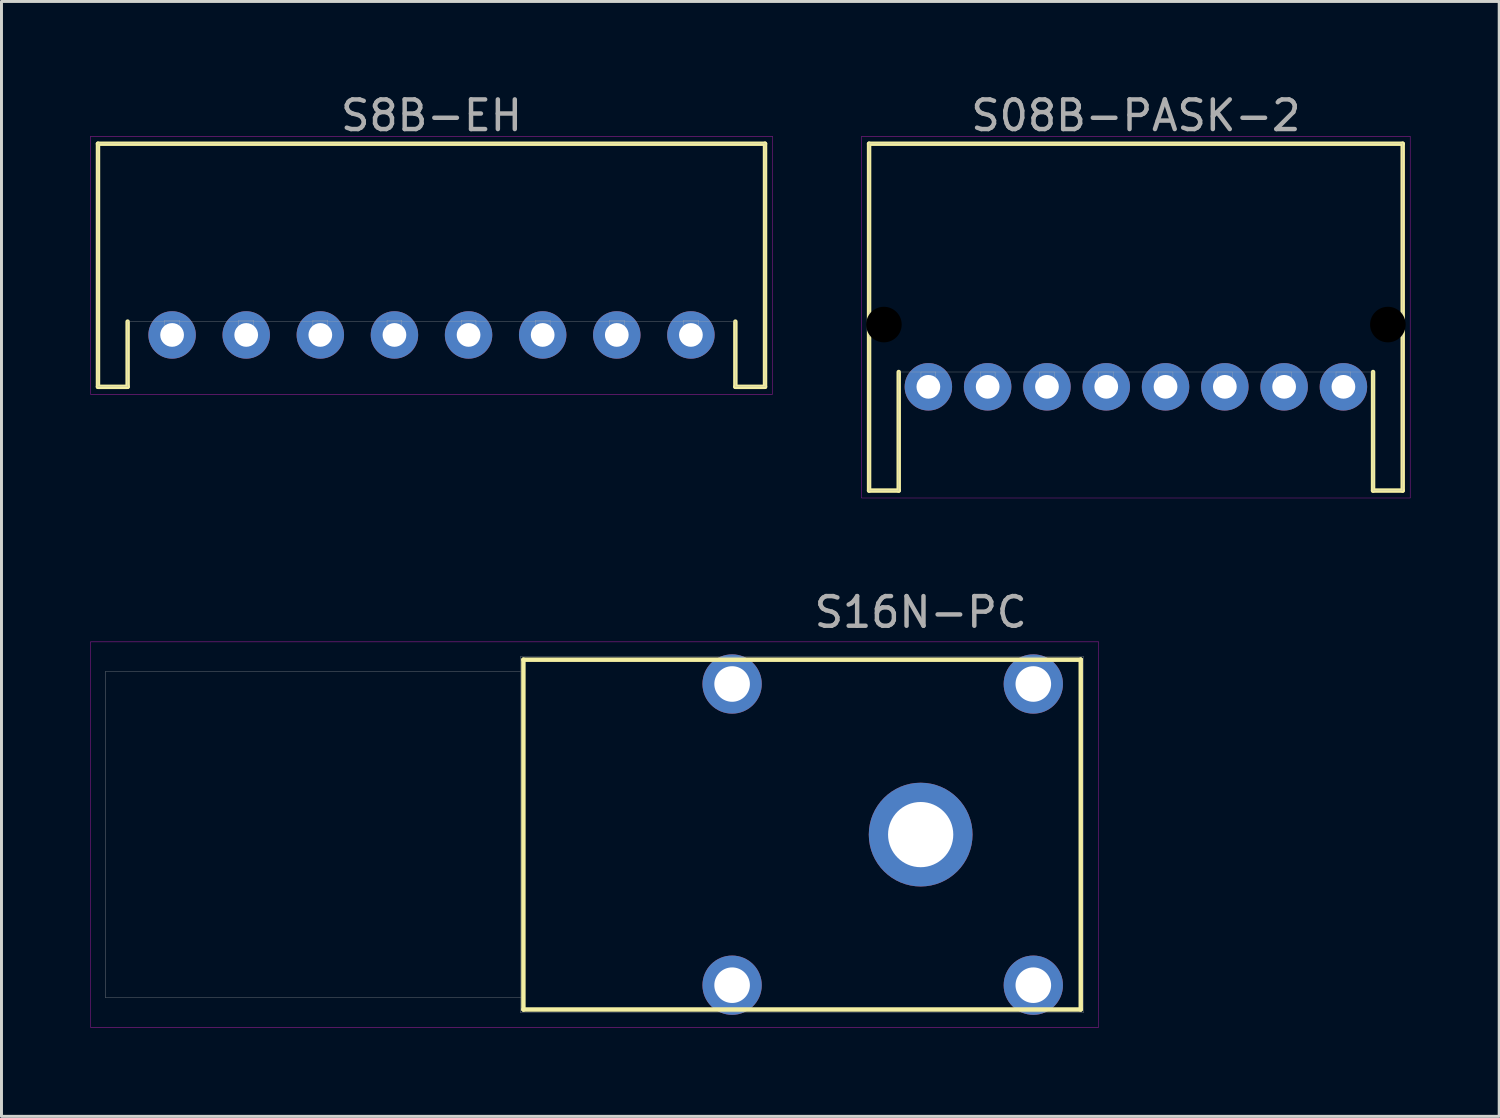
<source format=kicad_pcb>
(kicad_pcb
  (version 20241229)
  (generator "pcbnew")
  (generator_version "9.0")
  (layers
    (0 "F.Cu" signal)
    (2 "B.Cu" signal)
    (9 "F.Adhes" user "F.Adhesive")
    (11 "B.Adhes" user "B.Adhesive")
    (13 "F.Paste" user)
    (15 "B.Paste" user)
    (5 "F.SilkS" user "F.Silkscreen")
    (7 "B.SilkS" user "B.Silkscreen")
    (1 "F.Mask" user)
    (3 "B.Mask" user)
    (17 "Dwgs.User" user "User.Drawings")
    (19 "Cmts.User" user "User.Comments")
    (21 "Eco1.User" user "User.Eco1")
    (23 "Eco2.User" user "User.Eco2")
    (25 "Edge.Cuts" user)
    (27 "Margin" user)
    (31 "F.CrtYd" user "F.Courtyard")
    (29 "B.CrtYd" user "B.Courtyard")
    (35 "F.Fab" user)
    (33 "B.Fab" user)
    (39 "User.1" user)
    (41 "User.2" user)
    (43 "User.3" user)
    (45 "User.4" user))
  (footprint "S16N-PC"
    (layer "F.Cu")
    (at 28.005 25.102)
    (property "Reference" "S16N-PC" (at 0 -7.5 0) (layer "F.Fab") (effects (font (size 1 1) (thickness 0.15))))
    (attr through_hole)
    (fp_line (start -13.4 -5.9) (end -13.4 5.9) (stroke (width 0.15) (type solid)) (layer "F.SilkS"))
    (fp_line (start -13.4 5.9) (end 5.4 5.9) (stroke (width 0.15) (type solid)) (layer "F.SilkS"))
    (fp_line (start 5.4 -5.9) (end -13.4 -5.9) (stroke (width 0.15) (type solid)) (layer "F.SilkS"))
    (fp_line (start 5.4 -5.9) (end 5.4 -5.9) (stroke (width 0.15) (type solid)) (layer "F.SilkS"))
    (fp_line (start 5.4 5.9) (end 5.4 -5.9) (stroke (width 0.15) (type solid)) (layer "F.SilkS"))
    (fp_line (start -28 -6.5) (end 6 -6.5) (stroke (width 0.01) (type solid)) (layer "F.CrtYd"))
    (fp_line (start -28 6.5) (end -28 -6.5) (stroke (width 0.01) (type solid)) (layer "F.CrtYd"))
    (fp_line (start 6 -6.5) (end 6 -6.5) (stroke (width 0.01) (type solid)) (layer "F.CrtYd"))
    (fp_line (start 6 -6.5) (end 6 6.5) (stroke (width 0.01) (type solid)) (layer "F.CrtYd"))
    (fp_line (start 6 6.5) (end -28 6.5) (stroke (width 0.01) (type solid)) (layer "F.CrtYd"))
    (fp_line (start -27.5 -5.5) (end -27.5 5.5) (stroke (width 0.01) (type solid)) (layer "F.Fab"))
    (fp_line (start -27.5 5.5) (end -13.5 5.5) (stroke (width 0.01) (type solid)) (layer "F.Fab"))
    (fp_line (start -13.5 -6) (end -13.5 -6) (stroke (width 0.01) (type solid)) (layer "F.Fab"))
    (fp_line (start -13.5 -6) (end -13.5 6) (stroke (width 0.01) (type solid)) (layer "F.Fab"))
    (fp_line (start -13.5 -5.5) (end -27.5 -5.5) (stroke (width 0.01) (type solid)) (layer "F.Fab"))
    (fp_line (start -13.5 5.5) (end -13.5 5.5) (stroke (width 0.01) (type solid)) (layer "F.Fab"))
    (fp_line (start -13.5 6) (end 5.5 6) (stroke (width 0.01) (type solid)) (layer "F.Fab"))
    (fp_line (start 5.5 -6) (end -13.5 -6) (stroke (width 0.01) (type solid)) (layer "F.Fab"))
    (fp_line (start 5.5 6) (end 5.5 -6) (stroke (width 0.01) (type solid)) (layer "F.Fab"))
    (pad "1" thru_hole circle (at -6.36 -5.08) (size 2 2) (drill 1.2) (layers "*.Cu" "*.Mask"))
    (pad "1" thru_hole circle (at 0 0) (size 3.5 3.5) (drill 2.2) (layers "*.Cu" "*.Mask"))
    (pad "1" thru_hole circle (at 3.8 -5.08) (size 2 2) (drill 1.2) (layers "*.Cu" "*.Mask"))
    (pad "1" thru_hole circle (at 3.8 5.08) (size 2 2) (drill 1.2) (layers "*.Cu" "*.Mask"))
    (pad "2" thru_hole circle (at -6.36 5.08) (size 2 2) (drill 1.2) (layers "*.Cu" "*.Mask")))
  (footprint "S08B-PASK-2"
    (layer "F.Cu")
    (at 35.265 9.998)
    (property "Reference" "S08B-PASK-2" (at 0 -9.15 0) (layer "F.Fab") (effects (font (size 1 1) (thickness 0.15))))
    (attr through_hole)
    (fp_line (start -9 -8.2) (end -9 3.5) (stroke (width 0.15) (type solid)) (layer "F.SilkS"))
    (fp_line (start -9 -8.2) (end 9 -8.2) (stroke (width 0.15) (type solid)) (layer "F.SilkS"))
    (fp_line (start -9 3.5) (end -8 3.5) (stroke (width 0.15) (type solid)) (layer "F.SilkS"))
    (fp_line (start -8 3.5) (end -8 -0.5) (stroke (width 0.15) (type solid)) (layer "F.SilkS"))
    (fp_line (start 8 3.5) (end 8 -0.5) (stroke (width 0.15) (type solid)) (layer "F.SilkS"))
    (fp_line (start 9 -8.2) (end 9 3.5) (stroke (width 0.15) (type solid)) (layer "F.SilkS"))
    (fp_line (start 9 3.5) (end 8 3.5) (stroke (width 0.15) (type solid)) (layer "F.SilkS"))
    (fp_line (start -9.25 -8.45) (end 9.25 -8.45) (stroke (width 0.01) (type solid)) (layer "F.CrtYd"))
    (fp_line (start -9.25 3.75) (end -9.25 -8.45) (stroke (width 0.01) (type solid)) (layer "F.CrtYd"))
    (fp_line (start 9.25 -8.45) (end 9.25 3.75) (stroke (width 0.01) (type solid)) (layer "F.CrtYd"))
    (fp_line (start 9.25 3.75) (end -9.25 3.75) (stroke (width 0.01) (type solid)) (layer "F.CrtYd"))
    (fp_line (start -9 -8.2) (end -9 3.5) (stroke (width 0.01) (type solid)) (layer "F.Fab"))
    (fp_line (start -9 -8.2) (end 9 -8.2) (stroke (width 0.01) (type solid)) (layer "F.Fab"))
    (fp_line (start -9 -2.5) (end -8.4 -2.5) (stroke (width 0.01) (type solid)) (layer "F.Fab"))
    (fp_line (start -9 -1.7) (end -9 -2.5) (stroke (width 0.01) (type solid)) (layer "F.Fab"))
    (fp_line (start -9 3.5) (end -8 3.5) (stroke (width 0.01) (type solid)) (layer "F.Fab"))
    (fp_line (start -8.4 -2.5) (end -8.4 -1.7) (stroke (width 0.01) (type solid)) (layer "F.Fab"))
    (fp_line (start -8.4 -1.7) (end -9 -1.7) (stroke (width 0.01) (type solid)) (layer "F.Fab"))
    (fp_line (start -8 3.5) (end -8 -0.5) (stroke (width 0.01) (type solid)) (layer "F.Fab"))
    (fp_line (start -7.25 -0.5) (end -6.75 -0.5) (stroke (width 0.01) (type solid)) (layer "F.Fab"))
    (fp_line (start -7.25 -0.25) (end -6.75 -0.25) (stroke (width 0.01) (type solid)) (layer "F.Fab"))
    (fp_line (start -7.25 0.25) (end -7.25 -0.5) (stroke (width 0.01) (type solid)) (layer "F.Fab"))
    (fp_line (start -6.75 -0.5) (end -6.75 0.25) (stroke (width 0.01) (type solid)) (layer "F.Fab"))
    (fp_line (start -6.75 0.25) (end -7.25 0.25) (stroke (width 0.01) (type solid)) (layer "F.Fab"))
    (fp_line (start -5.25 -0.5) (end -4.75 -0.5) (stroke (width 0.01) (type solid)) (layer "F.Fab"))
    (fp_line (start -5.25 -0.25) (end -4.75 -0.25) (stroke (width 0.01) (type solid)) (layer "F.Fab"))
    (fp_line (start -5.25 0.25) (end -5.25 -0.5) (stroke (width 0.01) (type solid)) (layer "F.Fab"))
    (fp_line (start -4.75 -0.5) (end -4.75 0.25) (stroke (width 0.01) (type solid)) (layer "F.Fab"))
    (fp_line (start -4.75 0.25) (end -5.25 0.25) (stroke (width 0.01) (type solid)) (layer "F.Fab"))
    (fp_line (start -3.25 -0.5) (end -2.75 -0.5) (stroke (width 0.01) (type solid)) (layer "F.Fab"))
    (fp_line (start -3.25 -0.25) (end -2.75 -0.25) (stroke (width 0.01) (type solid)) (layer "F.Fab"))
    (fp_line (start -3.25 0.25) (end -3.25 -0.5) (stroke (width 0.01) (type solid)) (layer "F.Fab"))
    (fp_line (start -2.75 -0.5) (end -2.75 0.25) (stroke (width 0.01) (type solid)) (layer "F.Fab"))
    (fp_line (start -2.75 0.25) (end -3.25 0.25) (stroke (width 0.01) (type solid)) (layer "F.Fab"))
    (fp_line (start -1.25 -0.5) (end -0.75 -0.5) (stroke (width 0.01) (type solid)) (layer "F.Fab"))
    (fp_line (start -1.25 -0.25) (end -0.75 -0.25) (stroke (width 0.01) (type solid)) (layer "F.Fab"))
    (fp_line (start -1.25 0.25) (end -1.25 -0.5) (stroke (width 0.01) (type solid)) (layer "F.Fab"))
    (fp_line (start -0.75 -0.5) (end -0.75 0.25) (stroke (width 0.01) (type solid)) (layer "F.Fab"))
    (fp_line (start -0.75 0.25) (end -1.25 0.25) (stroke (width 0.01) (type solid)) (layer "F.Fab"))
    (fp_line (start 0.75 -0.5) (end 1.25 -0.5) (stroke (width 0.01) (type solid)) (layer "F.Fab"))
    (fp_line (start 0.75 -0.25) (end 1.25 -0.25) (stroke (width 0.01) (type solid)) (layer "F.Fab"))
    (fp_line (start 0.75 0.25) (end 0.75 -0.5) (stroke (width 0.01) (type solid)) (layer "F.Fab"))
    (fp_line (start 1.25 -0.5) (end 1.25 0.25) (stroke (width 0.01) (type solid)) (layer "F.Fab"))
    (fp_line (start 1.25 0.25) (end 0.75 0.25) (stroke (width 0.01) (type solid)) (layer "F.Fab"))
    (fp_line (start 2.75 -0.5) (end 3.25 -0.5) (stroke (width 0.01) (type solid)) (layer "F.Fab"))
    (fp_line (start 2.75 -0.25) (end 3.25 -0.25) (stroke (width 0.01) (type solid)) (layer "F.Fab"))
    (fp_line (start 2.75 0.25) (end 2.75 -0.5) (stroke (width 0.01) (type solid)) (layer "F.Fab"))
    (fp_line (start 3.25 -0.5) (end 3.25 0.25) (stroke (width 0.01) (type solid)) (layer "F.Fab"))
    (fp_line (start 3.25 0.25) (end 2.75 0.25) (stroke (width 0.01) (type solid)) (layer "F.Fab"))
    (fp_line (start 4.75 -0.5) (end 5.25 -0.5) (stroke (width 0.01) (type solid)) (layer "F.Fab"))
    (fp_line (start 4.75 -0.25) (end 5.25 -0.25) (stroke (width 0.01) (type solid)) (layer "F.Fab"))
    (fp_line (start 4.75 0.25) (end 4.75 -0.5) (stroke (width 0.01) (type solid)) (layer "F.Fab"))
    (fp_line (start 5.25 -0.5) (end 5.25 0.25) (stroke (width 0.01) (type solid)) (layer "F.Fab"))
    (fp_line (start 5.25 0.25) (end 4.75 0.25) (stroke (width 0.01) (type solid)) (layer "F.Fab"))
    (fp_line (start 6.75 -0.5) (end 7.25 -0.5) (stroke (width 0.01) (type solid)) (layer "F.Fab"))
    (fp_line (start 6.75 -0.25) (end 7.25 -0.25) (stroke (width 0.01) (type solid)) (layer "F.Fab"))
    (fp_line (start 6.75 0.25) (end 6.75 -0.5) (stroke (width 0.01) (type solid)) (layer "F.Fab"))
    (fp_line (start 7.25 -0.5) (end 7.25 0.25) (stroke (width 0.01) (type solid)) (layer "F.Fab"))
    (fp_line (start 7.25 0.25) (end 6.75 0.25) (stroke (width 0.01) (type solid)) (layer "F.Fab"))
    (fp_line (start 8 -0.5) (end -8 -0.5) (stroke (width 0.01) (type solid)) (layer "F.Fab"))
    (fp_line (start 8 3.5) (end 8 -0.5) (stroke (width 0.01) (type solid)) (layer "F.Fab"))
    (fp_line (start 8.4 -2.5) (end 9 -2.5) (stroke (width 0.01) (type solid)) (layer "F.Fab"))
    (fp_line (start 8.4 -1.7) (end 8.4 -2.5) (stroke (width 0.01) (type solid)) (layer "F.Fab"))
    (fp_line (start 9 -8.2) (end 9 3.5) (stroke (width 0.01) (type solid)) (layer "F.Fab"))
    (fp_line (start 9 -2.5) (end 9 -1.7) (stroke (width 0.01) (type solid)) (layer "F.Fab"))
    (fp_line (start 9 -1.7) (end 8.4 -1.7) (stroke (width 0.01) (type solid)) (layer "F.Fab"))
    (fp_line (start 9 3.5) (end 8 3.5) (stroke (width 0.01) (type solid)) (layer "F.Fab"))
    (pad "" np_thru_hole circle (at -8.5 -2.1) (size 1.2 1.2) (drill 1.2) (layers "*.Mask"))
    (pad "" np_thru_hole circle (at 8.5 -2.1) (size 1.2 1.2) (drill 1.2) (layers "*.Mask"))
    (pad "1" thru_hole circle (at 7 0) (size 1.6 1.6) (drill 0.8) (layers "*.Cu" "*.Mask"))
    (pad "2" thru_hole circle (at 5 0) (size 1.6 1.6) (drill 0.8) (layers "*.Cu" "*.Mask"))
    (pad "3" thru_hole circle (at 3 0) (size 1.6 1.6) (drill 0.8) (layers "*.Cu" "*.Mask"))
    (pad "4" thru_hole circle (at 1 0) (size 1.6 1.6) (drill 0.8) (layers "*.Cu" "*.Mask"))
    (pad "5" thru_hole circle (at -1 0) (size 1.6 1.6) (drill 0.8) (layers "*.Cu" "*.Mask"))
    (pad "6" thru_hole circle (at -3 0) (size 1.6 1.6) (drill 0.8) (layers "*.Cu" "*.Mask"))
    (pad "7" thru_hole circle (at -5 0) (size 1.6 1.6) (drill 0.8) (layers "*.Cu" "*.Mask"))
    (pad "8" thru_hole circle (at -7 0) (size 1.6 1.6) (drill 0.8) (layers "*.Cu" "*.Mask")))
  (footprint "S8B-EH"
    (layer "F.Cu")
    (at 11.505 8.248)
    (property "Reference" "S8B-EH" (at 0 -7.4 0) (layer "F.Fab") (effects (font (size 1 1) (thickness 0.15))))
    (attr through_hole)
    (fp_line (start -11.25 -6.45) (end -11.25 1.75) (stroke (width 0.15) (type solid)) (layer "F.SilkS"))
    (fp_line (start -11.25 -6.45) (end 11.25 -6.45) (stroke (width 0.15) (type solid)) (layer "F.SilkS"))
    (fp_line (start -11.25 1.75) (end -10.25 1.75) (stroke (width 0.15) (type solid)) (layer "F.SilkS"))
    (fp_line (start -10.25 1.75) (end -10.25 -0.45) (stroke (width 0.15) (type solid)) (layer "F.SilkS"))
    (fp_line (start 10.25 1.75) (end 10.25 -0.45) (stroke (width 0.15) (type solid)) (layer "F.SilkS"))
    (fp_line (start 11.25 -6.45) (end 11.25 1.75) (stroke (width 0.15) (type solid)) (layer "F.SilkS"))
    (fp_line (start 11.25 1.75) (end 10.25 1.75) (stroke (width 0.15) (type solid)) (layer "F.SilkS"))
    (fp_line (start -11.5 -6.7) (end 11.5 -6.7) (stroke (width 0.01) (type solid)) (layer "F.CrtYd"))
    (fp_line (start -11.5 2) (end -11.5 -6.7) (stroke (width 0.01) (type solid)) (layer "F.CrtYd"))
    (fp_line (start 11.5 -6.7) (end 11.5 2) (stroke (width 0.01) (type solid)) (layer "F.CrtYd"))
    (fp_line (start 11.5 2) (end -11.5 2) (stroke (width 0.01) (type solid)) (layer "F.CrtYd"))
    (fp_line (start -11.25 -6.45) (end -11.25 1.75) (stroke (width 0.01) (type solid)) (layer "F.Fab"))
    (fp_line (start -11.25 -6.45) (end 11.25 -6.45) (stroke (width 0.01) (type solid)) (layer "F.Fab"))
    (fp_line (start -11.25 1.75) (end -10.25 1.75) (stroke (width 0.01) (type solid)) (layer "F.Fab"))
    (fp_line (start -10.25 1.75) (end -10.25 -0.45) (stroke (width 0.01) (type solid)) (layer "F.Fab"))
    (fp_line (start -9 -0.5) (end -8.5 -0.5) (stroke (width 0.01) (type solid)) (layer "F.Fab"))
    (fp_line (start -9 -0.25) (end -8.5 -0.25) (stroke (width 0.01) (type solid)) (layer "F.Fab"))
    (fp_line (start -9 0.25) (end -9 -0.5) (stroke (width 0.01) (type solid)) (layer "F.Fab"))
    (fp_line (start -8.5 -0.5) (end -8.5 0.25) (stroke (width 0.01) (type solid)) (layer "F.Fab"))
    (fp_line (start -8.5 0.25) (end -9 0.25) (stroke (width 0.01) (type solid)) (layer "F.Fab"))
    (fp_line (start -6.5 -0.5) (end -6 -0.5) (stroke (width 0.01) (type solid)) (layer "F.Fab"))
    (fp_line (start -6.5 -0.25) (end -6 -0.25) (stroke (width 0.01) (type solid)) (layer "F.Fab"))
    (fp_line (start -6.5 0.25) (end -6.5 -0.5) (stroke (width 0.01) (type solid)) (layer "F.Fab"))
    (fp_line (start -6 -0.5) (end -6 0.25) (stroke (width 0.01) (type solid)) (layer "F.Fab"))
    (fp_line (start -6 0.25) (end -6.5 0.25) (stroke (width 0.01) (type solid)) (layer "F.Fab"))
    (fp_line (start -4 -0.5) (end -3.5 -0.5) (stroke (width 0.01) (type solid)) (layer "F.Fab"))
    (fp_line (start -4 -0.25) (end -3.5 -0.25) (stroke (width 0.01) (type solid)) (layer "F.Fab"))
    (fp_line (start -4 0.25) (end -4 -0.5) (stroke (width 0.01) (type solid)) (layer "F.Fab"))
    (fp_line (start -3.5 -0.5) (end -3.5 0.25) (stroke (width 0.01) (type solid)) (layer "F.Fab"))
    (fp_line (start -3.5 0.25) (end -4 0.25) (stroke (width 0.01) (type solid)) (layer "F.Fab"))
    (fp_line (start -1.5 -0.5) (end -1 -0.5) (stroke (width 0.01) (type solid)) (layer "F.Fab"))
    (fp_line (start -1.5 -0.25) (end -1 -0.25) (stroke (width 0.01) (type solid)) (layer "F.Fab"))
    (fp_line (start -1.5 0.25) (end -1.5 -0.5) (stroke (width 0.01) (type solid)) (layer "F.Fab"))
    (fp_line (start -1 -0.5) (end -1 0.25) (stroke (width 0.01) (type solid)) (layer "F.Fab"))
    (fp_line (start -1 0.25) (end -1.5 0.25) (stroke (width 0.01) (type solid)) (layer "F.Fab"))
    (fp_line (start 1 -0.5) (end 1.5 -0.5) (stroke (width 0.01) (type solid)) (layer "F.Fab"))
    (fp_line (start 1 -0.25) (end 1.5 -0.25) (stroke (width 0.01) (type solid)) (layer "F.Fab"))
    (fp_line (start 1 0.25) (end 1 -0.5) (stroke (width 0.01) (type solid)) (layer "F.Fab"))
    (fp_line (start 1.5 -0.5) (end 1.5 0.25) (stroke (width 0.01) (type solid)) (layer "F.Fab"))
    (fp_line (start 1.5 0.25) (end 1 0.25) (stroke (width 0.01) (type solid)) (layer "F.Fab"))
    (fp_line (start 3.5 -0.5) (end 4 -0.5) (stroke (width 0.01) (type solid)) (layer "F.Fab"))
    (fp_line (start 3.5 -0.25) (end 4 -0.25) (stroke (width 0.01) (type solid)) (layer "F.Fab"))
    (fp_line (start 3.5 0.25) (end 3.5 -0.5) (stroke (width 0.01) (type solid)) (layer "F.Fab"))
    (fp_line (start 4 -0.5) (end 4 0.25) (stroke (width 0.01) (type solid)) (layer "F.Fab"))
    (fp_line (start 4 0.25) (end 3.5 0.25) (stroke (width 0.01) (type solid)) (layer "F.Fab"))
    (fp_line (start 6 -0.5) (end 6.5 -0.5) (stroke (width 0.01) (type solid)) (layer "F.Fab"))
    (fp_line (start 6 -0.25) (end 6.5 -0.25) (stroke (width 0.01) (type solid)) (layer "F.Fab"))
    (fp_line (start 6 0.25) (end 6 -0.5) (stroke (width 0.01) (type solid)) (layer "F.Fab"))
    (fp_line (start 6.5 -0.5) (end 6.5 0.25) (stroke (width 0.01) (type solid)) (layer "F.Fab"))
    (fp_line (start 6.5 0.25) (end 6 0.25) (stroke (width 0.01) (type solid)) (layer "F.Fab"))
    (fp_line (start 8.5 -0.5) (end 9 -0.5) (stroke (width 0.01) (type solid)) (layer "F.Fab"))
    (fp_line (start 8.5 -0.25) (end 9 -0.25) (stroke (width 0.01) (type solid)) (layer "F.Fab"))
    (fp_line (start 8.5 0.25) (end 8.5 -0.5) (stroke (width 0.01) (type solid)) (layer "F.Fab"))
    (fp_line (start 9 -0.5) (end 9 0.25) (stroke (width 0.01) (type solid)) (layer "F.Fab"))
    (fp_line (start 9 0.25) (end 8.5 0.25) (stroke (width 0.01) (type solid)) (layer "F.Fab"))
    (fp_line (start 10.25 -0.45) (end -10.25 -0.45) (stroke (width 0.01) (type solid)) (layer "F.Fab"))
    (fp_line (start 10.25 1.75) (end 10.25 -0.45) (stroke (width 0.01) (type solid)) (layer "F.Fab"))
    (fp_line (start 11.25 -6.45) (end 11.25 1.75) (stroke (width 0.01) (type solid)) (layer "F.Fab"))
    (fp_line (start 11.25 1.75) (end 10.25 1.75) (stroke (width 0.01) (type solid)) (layer "F.Fab"))
    (pad "1" thru_hole circle (at 8.75 0) (size 1.6 1.6) (drill 0.8) (layers "*.Cu" "*.Mask"))
    (pad "2" thru_hole circle (at 6.25 0) (size 1.6 1.6) (drill 0.8) (layers "*.Cu" "*.Mask"))
    (pad "3" thru_hole circle (at 3.75 0) (size 1.6 1.6) (drill 0.8) (layers "*.Cu" "*.Mask"))
    (pad "4" thru_hole circle (at 1.25 0) (size 1.6 1.6) (drill 0.8) (layers "*.Cu" "*.Mask"))
    (pad "5" thru_hole circle (at -1.25 0) (size 1.6 1.6) (drill 0.8) (layers "*.Cu" "*.Mask"))
    (pad "6" thru_hole circle (at -3.75 0) (size 1.6 1.6) (drill 0.8) (layers "*.Cu" "*.Mask"))
    (pad "7" thru_hole circle (at -6.25 0) (size 1.6 1.6) (drill 0.8) (layers "*.Cu" "*.Mask"))
    (pad "8" thru_hole circle (at -8.75 0) (size 1.6 1.6) (drill 0.8) (layers "*.Cu" "*.Mask")))
  (gr_rect
    (start -3 -3)
    (end 47.52 34.606)
    (stroke (width 0.1) (type default))
    (fill no)
    (layer "Edge.Cuts")))
</source>
